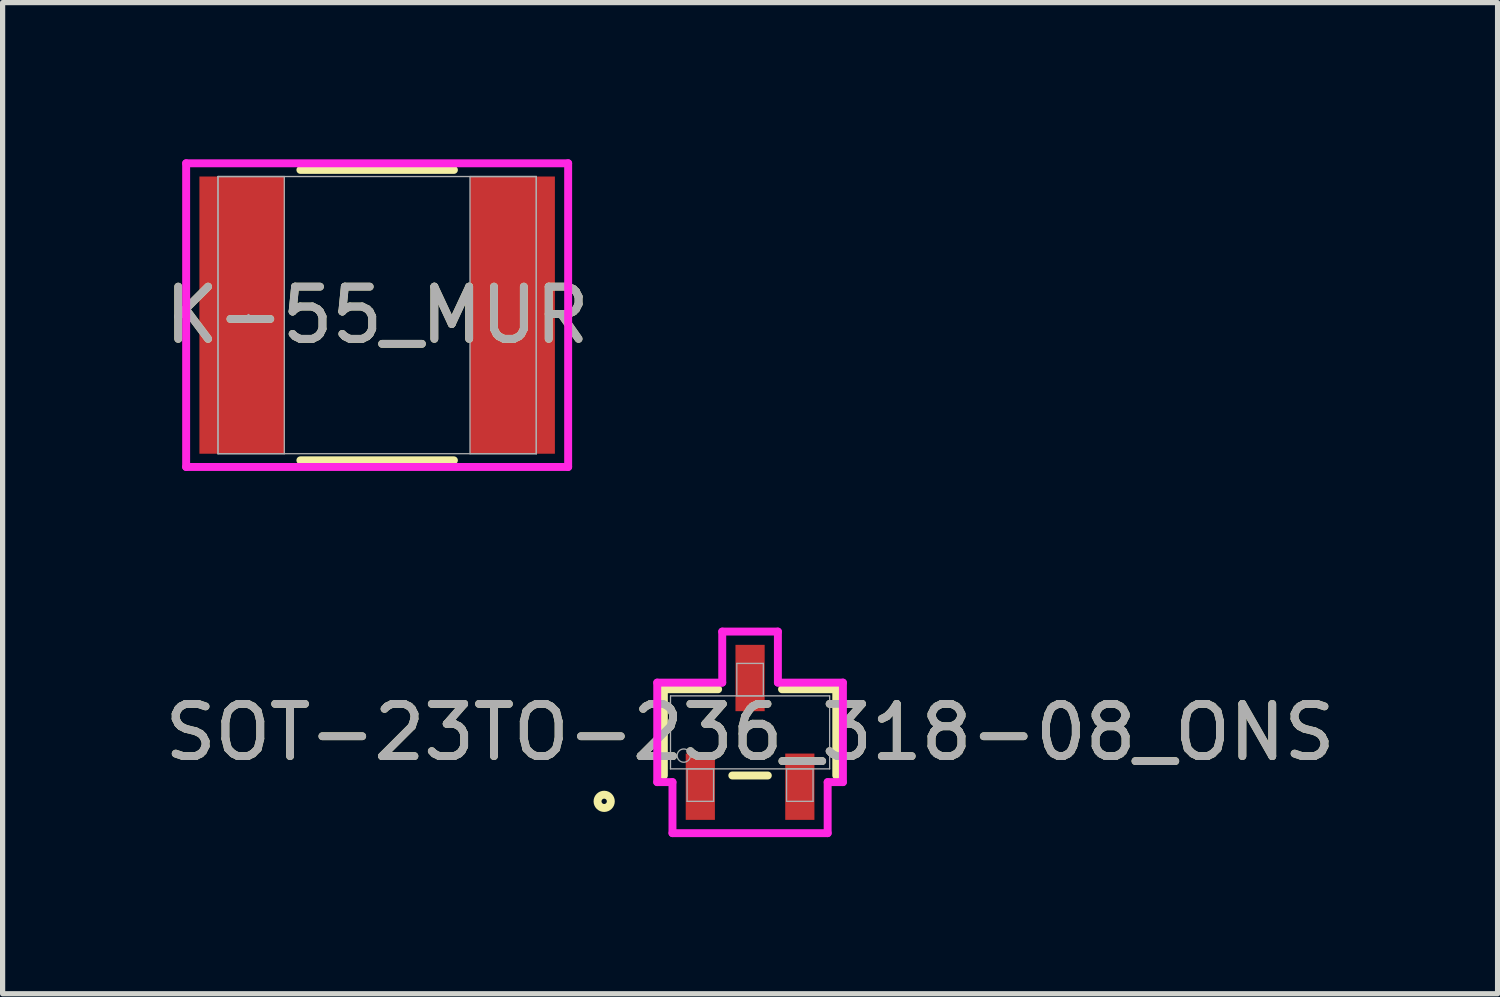
<source format=kicad_pcb>
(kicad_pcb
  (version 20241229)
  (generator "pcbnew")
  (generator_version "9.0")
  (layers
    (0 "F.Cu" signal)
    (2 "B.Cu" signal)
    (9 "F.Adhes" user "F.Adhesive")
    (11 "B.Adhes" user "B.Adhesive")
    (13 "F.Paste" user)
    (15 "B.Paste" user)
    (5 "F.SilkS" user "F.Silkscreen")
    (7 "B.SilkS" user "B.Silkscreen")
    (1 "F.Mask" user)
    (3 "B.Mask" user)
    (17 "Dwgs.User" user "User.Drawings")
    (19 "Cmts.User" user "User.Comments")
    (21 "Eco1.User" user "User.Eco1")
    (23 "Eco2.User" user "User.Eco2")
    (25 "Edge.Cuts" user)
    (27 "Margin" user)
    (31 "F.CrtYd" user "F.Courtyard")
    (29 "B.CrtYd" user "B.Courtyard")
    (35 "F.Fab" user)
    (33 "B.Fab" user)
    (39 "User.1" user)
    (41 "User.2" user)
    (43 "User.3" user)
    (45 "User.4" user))
  (footprint "SOT-23TO-236_318-08_ONS"
    (layer "F.Cu")
    (at 11.315 10.976)
    (property "Reference" "SOT-23TO-236_318-08_ONS" (at 0 0 0) (unlocked yes) (layer "F.SilkS") (effects (font (size 1 1) (thickness 0.15))))
    (attr smd)
    (fp_line (start -1.651 -0.826) (end -1.651 0.826) (stroke (width 0.152) (type solid)) (layer "F.SilkS"))
    (fp_line (start -0.612 -0.826) (end -1.651 -0.826) (stroke (width 0.152) (type solid)) (layer "F.SilkS"))
    (fp_line (start -0.34 0.826) (end 0.34 0.826) (stroke (width 0.152) (type solid)) (layer "F.SilkS"))
    (fp_line (start 1.651 -0.826) (end 0.612 -0.826) (stroke (width 0.152) (type solid)) (layer "F.SilkS"))
    (fp_line (start 1.651 0.826) (end 1.651 -0.826) (stroke (width 0.152) (type solid)) (layer "F.SilkS"))
    (fp_circle (center -2.794 1.321) (end -2.667 1.321) (stroke (width 0.152) (type solid)) (fill no) (layer "F.SilkS"))
    (fp_line (start -1.778 -0.953) (end -0.533 -0.953) (stroke (width 0.152) (type solid)) (layer "F.CrtYd"))
    (fp_line (start -1.778 0.953) (end -1.778 -0.953) (stroke (width 0.152) (type solid)) (layer "F.CrtYd"))
    (fp_line (start -1.778 0.953) (end -1.486 0.953) (stroke (width 0.152) (type solid)) (layer "F.CrtYd"))
    (fp_line (start -1.486 0.953) (end -1.486 1.93) (stroke (width 0.152) (type solid)) (layer "F.CrtYd"))
    (fp_line (start -1.486 1.93) (end 1.486 1.93) (stroke (width 0.152) (type solid)) (layer "F.CrtYd"))
    (fp_line (start -0.533 -1.93) (end 0.533 -1.93) (stroke (width 0.152) (type solid)) (layer "F.CrtYd"))
    (fp_line (start -0.533 -0.953) (end -0.533 -1.93) (stroke (width 0.152) (type solid)) (layer "F.CrtYd"))
    (fp_line (start 0.533 -0.953) (end 0.533 -1.93) (stroke (width 0.152) (type solid)) (layer "F.CrtYd"))
    (fp_line (start 1.486 0.953) (end 1.486 1.93) (stroke (width 0.152) (type solid)) (layer "F.CrtYd"))
    (fp_line (start 1.778 -0.953) (end 0.533 -0.953) (stroke (width 0.152) (type solid)) (layer "F.CrtYd"))
    (fp_line (start 1.778 -0.953) (end 1.778 0.953) (stroke (width 0.152) (type solid)) (layer "F.CrtYd"))
    (fp_line (start 1.778 0.953) (end 1.486 0.953) (stroke (width 0.152) (type solid)) (layer "F.CrtYd"))
    (fp_line (start -1.524 -0.699) (end -1.524 0.699) (stroke (width 0.025) (type solid)) (layer "F.Fab"))
    (fp_line (start -1.524 0.699) (end 1.524 0.699) (stroke (width 0.025) (type solid)) (layer "F.Fab"))
    (fp_line (start -1.206 0.699) (end -1.206 1.321) (stroke (width 0.025) (type solid)) (layer "F.Fab"))
    (fp_line (start -1.206 1.321) (end -0.699 1.321) (stroke (width 0.025) (type solid)) (layer "F.Fab"))
    (fp_line (start -0.699 0.699) (end -1.206 0.699) (stroke (width 0.025) (type solid)) (layer "F.Fab"))
    (fp_line (start -0.699 1.321) (end -0.699 0.699) (stroke (width 0.025) (type solid)) (layer "F.Fab"))
    (fp_line (start -0.254 -1.321) (end -0.254 -0.699) (stroke (width 0.025) (type solid)) (layer "F.Fab"))
    (fp_line (start -0.254 -0.699) (end 0.254 -0.699) (stroke (width 0.025) (type solid)) (layer "F.Fab"))
    (fp_line (start 0.254 -1.321) (end -0.254 -1.321) (stroke (width 0.025) (type solid)) (layer "F.Fab"))
    (fp_line (start 0.254 -0.699) (end 0.254 -1.321) (stroke (width 0.025) (type solid)) (layer "F.Fab"))
    (fp_line (start 0.699 0.699) (end 0.699 1.321) (stroke (width 0.025) (type solid)) (layer "F.Fab"))
    (fp_line (start 0.699 1.321) (end 1.206 1.321) (stroke (width 0.025) (type solid)) (layer "F.Fab"))
    (fp_line (start 1.206 0.699) (end 0.699 0.699) (stroke (width 0.025) (type solid)) (layer "F.Fab"))
    (fp_line (start 1.206 1.321) (end 1.206 0.699) (stroke (width 0.025) (type solid)) (layer "F.Fab"))
    (fp_line (start 1.524 -0.699) (end -1.524 -0.699) (stroke (width 0.025) (type solid)) (layer "F.Fab"))
    (fp_line (start 1.524 0.699) (end 1.524 -0.699) (stroke (width 0.025) (type solid)) (layer "F.Fab"))
    (fp_circle (center -1.27 0.445) (end -1.143 0.445) (stroke (width 0.025) (type solid)) (fill no) (layer "F.Fab"))
    (fp_text user "${REFERENCE}" (at 0 0 0) (unlocked yes) (layer "F.Fab") (effects (font (size 1 1) (thickness 0.15))))
    (pad "1" smd rect (at -0.953 1.041) (size 0.559 1.27) (layers "F.Cu" "F.Mask" "F.Paste"))
    (pad "2" smd rect (at 0.953 1.041) (size 0.559 1.27) (layers "F.Cu" "F.Mask" "F.Paste"))
    (pad "3" smd rect (at 0 -1.041) (size 0.559 1.27) (layers "F.Cu" "F.Mask" "F.Paste")))
  (footprint "K-55_MUR"
    (layer "F.Cu")
    (at 4.173 2.985)
    (property "Reference" "K-55_MUR" (at 0 0 0) (unlocked yes) (layer "F.SilkS") (effects (font (size 1 1) (thickness 0.15))))
    (attr smd)
    (fp_line (start -1.47 2.781) (end 1.47 2.781) (stroke (width 0.152) (type solid)) (layer "F.SilkS"))
    (fp_line (start 1.47 -2.781) (end -1.47 -2.781) (stroke (width 0.152) (type solid)) (layer "F.SilkS"))
    (fp_line (start -3.658 -2.908) (end 3.658 -2.908) (stroke (width 0.152) (type solid)) (layer "F.CrtYd"))
    (fp_line (start -3.658 2.908) (end -3.658 -2.908) (stroke (width 0.152) (type solid)) (layer "F.CrtYd"))
    (fp_line (start 3.658 -2.908) (end 3.658 2.908) (stroke (width 0.152) (type solid)) (layer "F.CrtYd"))
    (fp_line (start 3.658 2.908) (end -3.658 2.908) (stroke (width 0.152) (type solid)) (layer "F.CrtYd"))
    (fp_line (start -3.048 -2.654) (end -3.048 2.654) (stroke (width 0.025) (type solid)) (layer "F.Fab"))
    (fp_line (start -3.048 -2.654) (end -3.048 2.654) (stroke (width 0.025) (type solid)) (layer "F.Fab"))
    (fp_line (start -3.048 2.654) (end -1.778 2.654) (stroke (width 0.025) (type solid)) (layer "F.Fab"))
    (fp_line (start -3.048 2.654) (end 3.048 2.654) (stroke (width 0.025) (type solid)) (layer "F.Fab"))
    (fp_line (start -1.778 -2.654) (end -3.048 -2.654) (stroke (width 0.025) (type solid)) (layer "F.Fab"))
    (fp_line (start -1.778 2.654) (end -1.778 -2.654) (stroke (width 0.025) (type solid)) (layer "F.Fab"))
    (fp_line (start 1.778 -2.654) (end 1.778 2.654) (stroke (width 0.025) (type solid)) (layer "F.Fab"))
    (fp_line (start 1.778 2.654) (end 3.048 2.654) (stroke (width 0.025) (type solid)) (layer "F.Fab"))
    (fp_line (start 3.048 -2.654) (end -3.048 -2.654) (stroke (width 0.025) (type solid)) (layer "F.Fab"))
    (fp_line (start 3.048 -2.654) (end 1.778 -2.654) (stroke (width 0.025) (type solid)) (layer "F.Fab"))
    (fp_line (start 3.048 2.654) (end 3.048 -2.654) (stroke (width 0.025) (type solid)) (layer "F.Fab"))
    (fp_line (start 3.048 2.654) (end 3.048 -2.654) (stroke (width 0.025) (type solid)) (layer "F.Fab"))
    (fp_circle (center -2.464 0) (end -2.464 0) (stroke (width 0.025) (type solid)) (fill no) (layer "F.Fab"))
    (fp_text user "${REFERENCE}" (at 0 0 0) (unlocked yes) (layer "F.Fab") (effects (font (size 1 1) (thickness 0.15))))
    (pad "1" smd rect (at -2.591 0) (size 1.626 5.309) (layers "F.Cu" "F.Mask" "F.Paste"))
    (pad "2" smd rect (at 2.591 0) (size 1.626 5.309) (layers "F.Cu" "F.Mask" "F.Paste"))
    (zone (net_name "") (layer "F.Cu") (hatch full 0.508) (connect_pads) (min_thickness 0.254) (filled_areas_thickness no) (keepout (tracks not_allowed) (vias not_allowed) (pads allowed) (copperpour not_allowed) (footprints allowed)) (placement (enabled no)) (fill) (polygon (pts (xy 2.445 0.381) (xy 5.9 0.381) (xy 5.9 5.588) (xy 2.445 5.588)))))
  (gr_rect
    (start -3 -3)
    (end 25.631 15.982)
    (stroke (width 0.1) (type default))
    (fill no)
    (layer "Edge.Cuts")))
</source>
